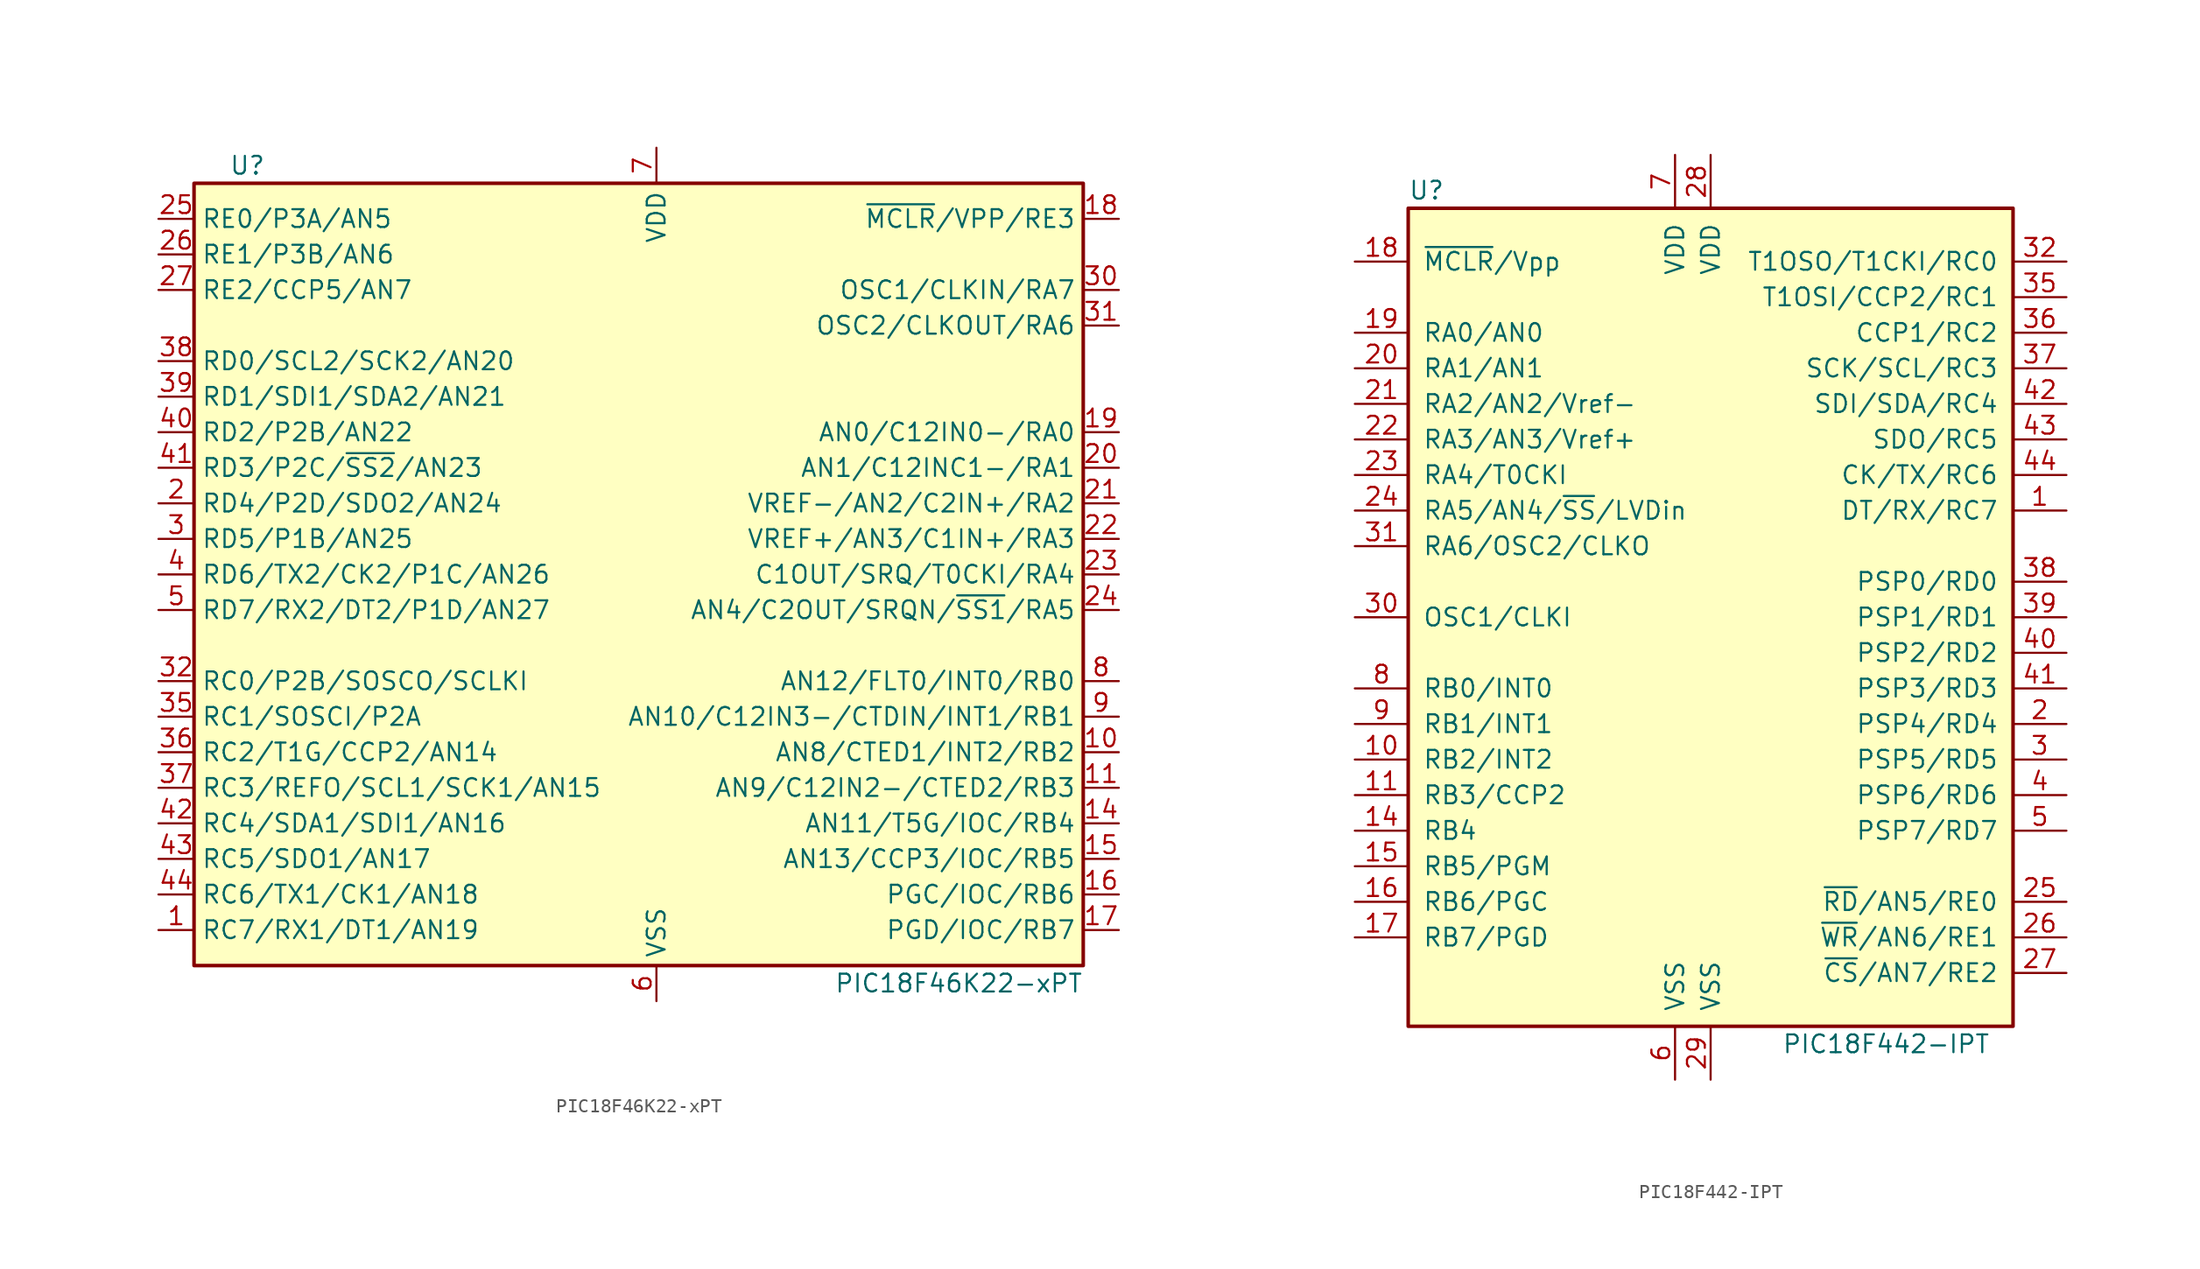
<source format=kicad_sym>
(kicad_symbol_lib
  (version 20200908)
  (generator kicad_symbol_editor)
  (symbol "MCU_Microchip_PIC18:PIC18F46K22-xPT"
    (property "Reference" "U"
      (at -29.21 29.21 0)
      (effects (font (size 1.27 1.27))))
    (property "Value" "PIC18F46K22-xPT"
      (at 21.59 -29.21 0)
      (effects (font (size 1.27 1.27))))
    (symbol "PIC18F46K22-xPT_0_1"
      (rectangle (start -33.02 27.94) (end 30.48 -27.94) (stroke (width 0.254)) (fill (type background))))
    (symbol "PIC18F46K22-xPT_1_1"
      (pin bidirectional line (at -35.56 -25.4 0) (length 2.54) (name "RC7/RX1/DT1/AN19" (effects (font (size 1.27 1.27)))) (number "1" (effects (font (size 1.27 1.27)))))
      (pin bidirectional line (at 33.02 -12.7 180) (length 2.54) (name "AN8/CTED1/INT2/RB2" (effects (font (size 1.27 1.27)))) (number "10" (effects (font (size 1.27 1.27)))))
      (pin bidirectional line (at 33.02 -15.24 180) (length 2.54) (name "AN9/C12IN2-/CTED2/RB3" (effects (font (size 1.27 1.27)))) (number "11" (effects (font (size 1.27 1.27)))))
      (pin unconnected line (at -10.16 -27.94 90) (length 2.54) hide (name "NC" (effects (font (size 1.27 1.27)))) (number "12" (effects (font (size 1.27 1.27)))))
      (pin unconnected line (at -7.62 -27.94 90) (length 2.54) hide (name "NC" (effects (font (size 1.27 1.27)))) (number "13" (effects (font (size 1.27 1.27)))))
      (pin bidirectional line (at 33.02 -17.78 180) (length 2.54) (name "AN11/T5G/IOC/RB4" (effects (font (size 1.27 1.27)))) (number "14" (effects (font (size 1.27 1.27)))))
      (pin bidirectional line (at 33.02 -20.32 180) (length 2.54) (name "AN13/CCP3/IOC/RB5" (effects (font (size 1.27 1.27)))) (number "15" (effects (font (size 1.27 1.27)))))
      (pin bidirectional line (at 33.02 -22.86 180) (length 2.54) (name "PGC/IOC/RB6" (effects (font (size 1.27 1.27)))) (number "16" (effects (font (size 1.27 1.27)))))
      (pin bidirectional line (at 33.02 -25.4 180) (length 2.54) (name "PGD/IOC/RB7" (effects (font (size 1.27 1.27)))) (number "17" (effects (font (size 1.27 1.27)))))
      (pin bidirectional line (at 33.02 25.4 180) (length 2.54) (name "~MCLR~/VPP/RE3" (effects (font (size 1.27 1.27)))) (number "18" (effects (font (size 1.27 1.27)))))
      (pin bidirectional line (at 33.02 10.16 180) (length 2.54) (name "AN0/C12IN0-/RA0" (effects (font (size 1.27 1.27)))) (number "19" (effects (font (size 1.27 1.27)))))
      (pin bidirectional line (at -35.56 5.08 0) (length 2.54) (name "RD4/P2D/SDO2/AN24" (effects (font (size 1.27 1.27)))) (number "2" (effects (font (size 1.27 1.27)))))
      (pin bidirectional line (at 33.02 7.62 180) (length 2.54) (name "AN1/C12INC1-/RA1" (effects (font (size 1.27 1.27)))) (number "20" (effects (font (size 1.27 1.27)))))
      (pin bidirectional line (at 33.02 5.08 180) (length 2.54) (name "VREF-/AN2/C2IN+/RA2" (effects (font (size 1.27 1.27)))) (number "21" (effects (font (size 1.27 1.27)))))
      (pin bidirectional line (at 33.02 2.54 180) (length 2.54) (name "VREF+/AN3/C1IN+/RA3" (effects (font (size 1.27 1.27)))) (number "22" (effects (font (size 1.27 1.27)))))
      (pin bidirectional line (at 33.02 0 180) (length 2.54) (name "C1OUT/SRQ/T0CKI/RA4" (effects (font (size 1.27 1.27)))) (number "23" (effects (font (size 1.27 1.27)))))
      (pin bidirectional line (at 33.02 -2.54 180) (length 2.54) (name "AN4/C2OUT/SRQN/~SS1~/RA5" (effects (font (size 1.27 1.27)))) (number "24" (effects (font (size 1.27 1.27)))))
      (pin bidirectional line (at -35.56 25.4 0) (length 2.54) (name "RE0/P3A/AN5" (effects (font (size 1.27 1.27)))) (number "25" (effects (font (size 1.27 1.27)))))
      (pin bidirectional line (at -35.56 22.86 0) (length 2.54) (name "RE1/P3B/AN6" (effects (font (size 1.27 1.27)))) (number "26" (effects (font (size 1.27 1.27)))))
      (pin bidirectional line (at -35.56 20.32 0) (length 2.54) (name "RE2/CCP5/AN7" (effects (font (size 1.27 1.27)))) (number "27" (effects (font (size 1.27 1.27)))))
      (pin passive line (at 0 30.48 270) (length 2.54) hide (name "VDD" (effects (font (size 1.27 1.27)))) (number "28" (effects (font (size 1.27 1.27)))))
      (pin passive line (at 0 -30.48 90) (length 2.54) hide (name "VSS" (effects (font (size 1.27 1.27)))) (number "29" (effects (font (size 1.27 1.27)))))
      (pin bidirectional line (at -35.56 2.54 0) (length 2.54) (name "RD5/P1B/AN25" (effects (font (size 1.27 1.27)))) (number "3" (effects (font (size 1.27 1.27)))))
      (pin bidirectional line (at 33.02 20.32 180) (length 2.54) (name "OSC1/CLKIN/RA7" (effects (font (size 1.27 1.27)))) (number "30" (effects (font (size 1.27 1.27)))))
      (pin bidirectional line (at 33.02 17.78 180) (length 2.54) (name "OSC2/CLKOUT/RA6" (effects (font (size 1.27 1.27)))) (number "31" (effects (font (size 1.27 1.27)))))
      (pin bidirectional line (at -35.56 -7.62 0) (length 2.54) (name "RC0/P2B/SOSCO/SCLKI" (effects (font (size 1.27 1.27)))) (number "32" (effects (font (size 1.27 1.27)))))
      (pin unconnected line (at -5.08 -27.94 90) (length 2.54) hide (name "NC" (effects (font (size 1.27 1.27)))) (number "33" (effects (font (size 1.27 1.27)))))
      (pin unconnected line (at -2.54 -27.94 90) (length 2.54) hide (name "NC" (effects (font (size 1.27 1.27)))) (number "34" (effects (font (size 1.27 1.27)))))
      (pin bidirectional line (at -35.56 -10.16 0) (length 2.54) (name "RC1/SOSCI/P2A" (effects (font (size 1.27 1.27)))) (number "35" (effects (font (size 1.27 1.27)))))
      (pin bidirectional line (at -35.56 -12.7 0) (length 2.54) (name "RC2/T1G/CCP2/AN14" (effects (font (size 1.27 1.27)))) (number "36" (effects (font (size 1.27 1.27)))))
      (pin bidirectional line (at -35.56 -15.24 0) (length 2.54) (name "RC3/REFO/SCL1/SCK1/AN15" (effects (font (size 1.27 1.27)))) (number "37" (effects (font (size 1.27 1.27)))))
      (pin bidirectional line (at -35.56 15.24 0) (length 2.54) (name "RD0/SCL2/SCK2/AN20" (effects (font (size 1.27 1.27)))) (number "38" (effects (font (size 1.27 1.27)))))
      (pin bidirectional line (at -35.56 12.7 0) (length 2.54) (name "RD1/SDI1/SDA2/AN21" (effects (font (size 1.27 1.27)))) (number "39" (effects (font (size 1.27 1.27)))))
      (pin bidirectional line (at -35.56 0 0) (length 2.54) (name "RD6/TX2/CK2/P1C/AN26" (effects (font (size 1.27 1.27)))) (number "4" (effects (font (size 1.27 1.27)))))
      (pin bidirectional line (at -35.56 10.16 0) (length 2.54) (name "RD2/P2B/AN22" (effects (font (size 1.27 1.27)))) (number "40" (effects (font (size 1.27 1.27)))))
      (pin bidirectional line (at -35.56 7.62 0) (length 2.54) (name "RD3/P2C/~SS2~/AN23" (effects (font (size 1.27 1.27)))) (number "41" (effects (font (size 1.27 1.27)))))
      (pin bidirectional line (at -35.56 -17.78 0) (length 2.54) (name "RC4/SDA1/SDI1/AN16" (effects (font (size 1.27 1.27)))) (number "42" (effects (font (size 1.27 1.27)))))
      (pin bidirectional line (at -35.56 -20.32 0) (length 2.54) (name "RC5/SDO1/AN17" (effects (font (size 1.27 1.27)))) (number "43" (effects (font (size 1.27 1.27)))))
      (pin bidirectional line (at -35.56 -22.86 0) (length 2.54) (name "RC6/TX1/CK1/AN18" (effects (font (size 1.27 1.27)))) (number "44" (effects (font (size 1.27 1.27)))))
      (pin bidirectional line (at -35.56 -2.54 0) (length 2.54) (name "RD7/RX2/DT2/P1D/AN27" (effects (font (size 1.27 1.27)))) (number "5" (effects (font (size 1.27 1.27)))))
      (pin power_in line (at 0 -30.48 90) (length 2.54) (name "VSS" (effects (font (size 1.27 1.27)))) (number "6" (effects (font (size 1.27 1.27)))))
      (pin power_in line (at 0 30.48 270) (length 2.54) (name "VDD" (effects (font (size 1.27 1.27)))) (number "7" (effects (font (size 1.27 1.27)))))
      (pin bidirectional line (at 33.02 -7.62 180) (length 2.54) (name "AN12/FLT0/INT0/RB0" (effects (font (size 1.27 1.27)))) (number "8" (effects (font (size 1.27 1.27)))))
      (pin bidirectional line (at 33.02 -10.16 180) (length 2.54) (name "AN10/C12IN3-/CTDIN/INT1/RB1" (effects (font (size 1.27 1.27)))) (number "9" (effects (font (size 1.27 1.27)))))))
  (symbol "MCU_Microchip_PIC18:PIC18F442-IPT"
    (pin_names
      (offset 1.016))
    (property "Reference" "U"
      (at -21.59 30.48 0)
      (effects (font (size 1.27 1.27)) (justify left)))
    (property "Value" "PIC18F442-IPT"
      (at 5.08 -30.48 0)
      (effects (font (size 1.27 1.27)) (justify left)))
    (symbol "PIC18F442-IPT_0_1"
      (rectangle (start 21.59 -29.21) (end -21.59 29.21) (stroke (width 0.254)) (fill (type background))))
    (symbol "PIC18F442-IPT_1_1"
      (pin bidirectional line (at 25.4 7.62 180) (length 3.81) (name "DT/RX/RC7" (effects (font (size 1.27 1.27)))) (number "1" (effects (font (size 1.27 1.27)))))
      (pin bidirectional line (at -25.4 -10.16 0) (length 3.81) (name "RB2/INT2" (effects (font (size 1.27 1.27)))) (number "10" (effects (font (size 1.27 1.27)))))
      (pin bidirectional line (at -25.4 -12.7 0) (length 3.81) (name "RB3/CCP2" (effects (font (size 1.27 1.27)))) (number "11" (effects (font (size 1.27 1.27)))))
      (pin unconnected line (at -15.24 -33.02 90) (length 3.81) hide (name "NC" (effects (font (size 1.27 1.27)))) (number "12" (effects (font (size 1.27 1.27)))))
      (pin unconnected line (at -12.7 -33.02 90) (length 3.81) hide (name "NC" (effects (font (size 1.27 1.27)))) (number "13" (effects (font (size 1.27 1.27)))))
      (pin bidirectional line (at -25.4 -15.24 0) (length 3.81) (name "RB4" (effects (font (size 1.27 1.27)))) (number "14" (effects (font (size 1.27 1.27)))))
      (pin bidirectional line (at -25.4 -17.78 0) (length 3.81) (name "RB5/PGM" (effects (font (size 1.27 1.27)))) (number "15" (effects (font (size 1.27 1.27)))))
      (pin bidirectional line (at -25.4 -20.32 0) (length 3.81) (name "RB6/PGC" (effects (font (size 1.27 1.27)))) (number "16" (effects (font (size 1.27 1.27)))))
      (pin bidirectional line (at -25.4 -22.86 0) (length 3.81) (name "RB7/PGD" (effects (font (size 1.27 1.27)))) (number "17" (effects (font (size 1.27 1.27)))))
      (pin input line (at -25.4 25.4 0) (length 3.81) (name "~MCLR~/Vpp" (effects (font (size 1.27 1.27)))) (number "18" (effects (font (size 1.27 1.27)))))
      (pin bidirectional line (at -25.4 20.32 0) (length 3.81) (name "RA0/AN0" (effects (font (size 1.27 1.27)))) (number "19" (effects (font (size 1.27 1.27)))))
      (pin bidirectional line (at 25.4 -7.62 180) (length 3.81) (name "PSP4/RD4" (effects (font (size 1.27 1.27)))) (number "2" (effects (font (size 1.27 1.27)))))
      (pin bidirectional line (at -25.4 17.78 0) (length 3.81) (name "RA1/AN1" (effects (font (size 1.27 1.27)))) (number "20" (effects (font (size 1.27 1.27)))))
      (pin bidirectional line (at -25.4 15.24 0) (length 3.81) (name "RA2/AN2/Vref-" (effects (font (size 1.27 1.27)))) (number "21" (effects (font (size 1.27 1.27)))))
      (pin bidirectional line (at -25.4 12.7 0) (length 3.81) (name "RA3/AN3/Vref+" (effects (font (size 1.27 1.27)))) (number "22" (effects (font (size 1.27 1.27)))))
      (pin bidirectional line (at -25.4 10.16 0) (length 3.81) (name "RA4/T0CKI" (effects (font (size 1.27 1.27)))) (number "23" (effects (font (size 1.27 1.27)))))
      (pin bidirectional line (at -25.4 7.62 0) (length 3.81) (name "RA5/AN4/~SS~/LVDin" (effects (font (size 1.27 1.27)))) (number "24" (effects (font (size 1.27 1.27)))))
      (pin bidirectional line (at 25.4 -20.32 180) (length 3.81) (name "~RD~/AN5/RE0" (effects (font (size 1.27 1.27)))) (number "25" (effects (font (size 1.27 1.27)))))
      (pin bidirectional line (at 25.4 -22.86 180) (length 3.81) (name "~WR~/AN6/RE1" (effects (font (size 1.27 1.27)))) (number "26" (effects (font (size 1.27 1.27)))))
      (pin bidirectional line (at 25.4 -25.4 180) (length 3.81) (name "~CS~/AN7/RE2" (effects (font (size 1.27 1.27)))) (number "27" (effects (font (size 1.27 1.27)))))
      (pin power_in line (at 0 33.02 270) (length 3.81) (name "VDD" (effects (font (size 1.27 1.27)))) (number "28" (effects (font (size 1.27 1.27)))))
      (pin power_in line (at 0 -33.02 90) (length 3.81) (name "VSS" (effects (font (size 1.27 1.27)))) (number "29" (effects (font (size 1.27 1.27)))))
      (pin bidirectional line (at 25.4 -10.16 180) (length 3.81) (name "PSP5/RD5" (effects (font (size 1.27 1.27)))) (number "3" (effects (font (size 1.27 1.27)))))
      (pin input line (at -25.4 0 0) (length 3.81) (name "OSC1/CLKI" (effects (font (size 1.27 1.27)))) (number "30" (effects (font (size 1.27 1.27)))))
      (pin bidirectional line (at -25.4 5.08 0) (length 3.81) (name "RA6/OSC2/CLKO" (effects (font (size 1.27 1.27)))) (number "31" (effects (font (size 1.27 1.27)))))
      (pin bidirectional line (at 25.4 25.4 180) (length 3.81) (name "T1OSO/T1CKI/RC0" (effects (font (size 1.27 1.27)))) (number "32" (effects (font (size 1.27 1.27)))))
      (pin unconnected line (at -10.16 -33.02 90) (length 3.81) hide (name "NC" (effects (font (size 1.27 1.27)))) (number "33" (effects (font (size 1.27 1.27)))))
      (pin unconnected line (at -7.62 -33.02 90) (length 3.81) hide (name "NC" (effects (font (size 1.27 1.27)))) (number "34" (effects (font (size 1.27 1.27)))))
      (pin bidirectional line (at 25.4 22.86 180) (length 3.81) (name "T1OSI/CCP2/RC1" (effects (font (size 1.27 1.27)))) (number "35" (effects (font (size 1.27 1.27)))))
      (pin bidirectional line (at 25.4 20.32 180) (length 3.81) (name "CCP1/RC2" (effects (font (size 1.27 1.27)))) (number "36" (effects (font (size 1.27 1.27)))))
      (pin bidirectional line (at 25.4 17.78 180) (length 3.81) (name "SCK/SCL/RC3" (effects (font (size 1.27 1.27)))) (number "37" (effects (font (size 1.27 1.27)))))
      (pin bidirectional line (at 25.4 2.54 180) (length 3.81) (name "PSP0/RD0" (effects (font (size 1.27 1.27)))) (number "38" (effects (font (size 1.27 1.27)))))
      (pin bidirectional line (at 25.4 0 180) (length 3.81) (name "PSP1/RD1" (effects (font (size 1.27 1.27)))) (number "39" (effects (font (size 1.27 1.27)))))
      (pin bidirectional line (at 25.4 -12.7 180) (length 3.81) (name "PSP6/RD6" (effects (font (size 1.27 1.27)))) (number "4" (effects (font (size 1.27 1.27)))))
      (pin bidirectional line (at 25.4 -2.54 180) (length 3.81) (name "PSP2/RD2" (effects (font (size 1.27 1.27)))) (number "40" (effects (font (size 1.27 1.27)))))
      (pin bidirectional line (at 25.4 -5.08 180) (length 3.81) (name "PSP3/RD3" (effects (font (size 1.27 1.27)))) (number "41" (effects (font (size 1.27 1.27)))))
      (pin bidirectional line (at 25.4 15.24 180) (length 3.81) (name "SDI/SDA/RC4" (effects (font (size 1.27 1.27)))) (number "42" (effects (font (size 1.27 1.27)))))
      (pin bidirectional line (at 25.4 12.7 180) (length 3.81) (name "SDO/RC5" (effects (font (size 1.27 1.27)))) (number "43" (effects (font (size 1.27 1.27)))))
      (pin bidirectional line (at 25.4 10.16 180) (length 3.81) (name "CK/TX/RC6" (effects (font (size 1.27 1.27)))) (number "44" (effects (font (size 1.27 1.27)))))
      (pin bidirectional line (at 25.4 -15.24 180) (length 3.81) (name "PSP7/RD7" (effects (font (size 1.27 1.27)))) (number "5" (effects (font (size 1.27 1.27)))))
      (pin power_in line (at -2.54 -33.02 90) (length 3.81) (name "VSS" (effects (font (size 1.27 1.27)))) (number "6" (effects (font (size 1.27 1.27)))))
      (pin power_in line (at -2.54 33.02 270) (length 3.81) (name "VDD" (effects (font (size 1.27 1.27)))) (number "7" (effects (font (size 1.27 1.27)))))
      (pin bidirectional line (at -25.4 -5.08 0) (length 3.81) (name "RB0/INT0" (effects (font (size 1.27 1.27)))) (number "8" (effects (font (size 1.27 1.27)))))
      (pin bidirectional line (at -25.4 -7.62 0) (length 3.81) (name "RB1/INT1" (effects (font (size 1.27 1.27)))) (number "9" (effects (font (size 1.27 1.27))))))))
</source>
